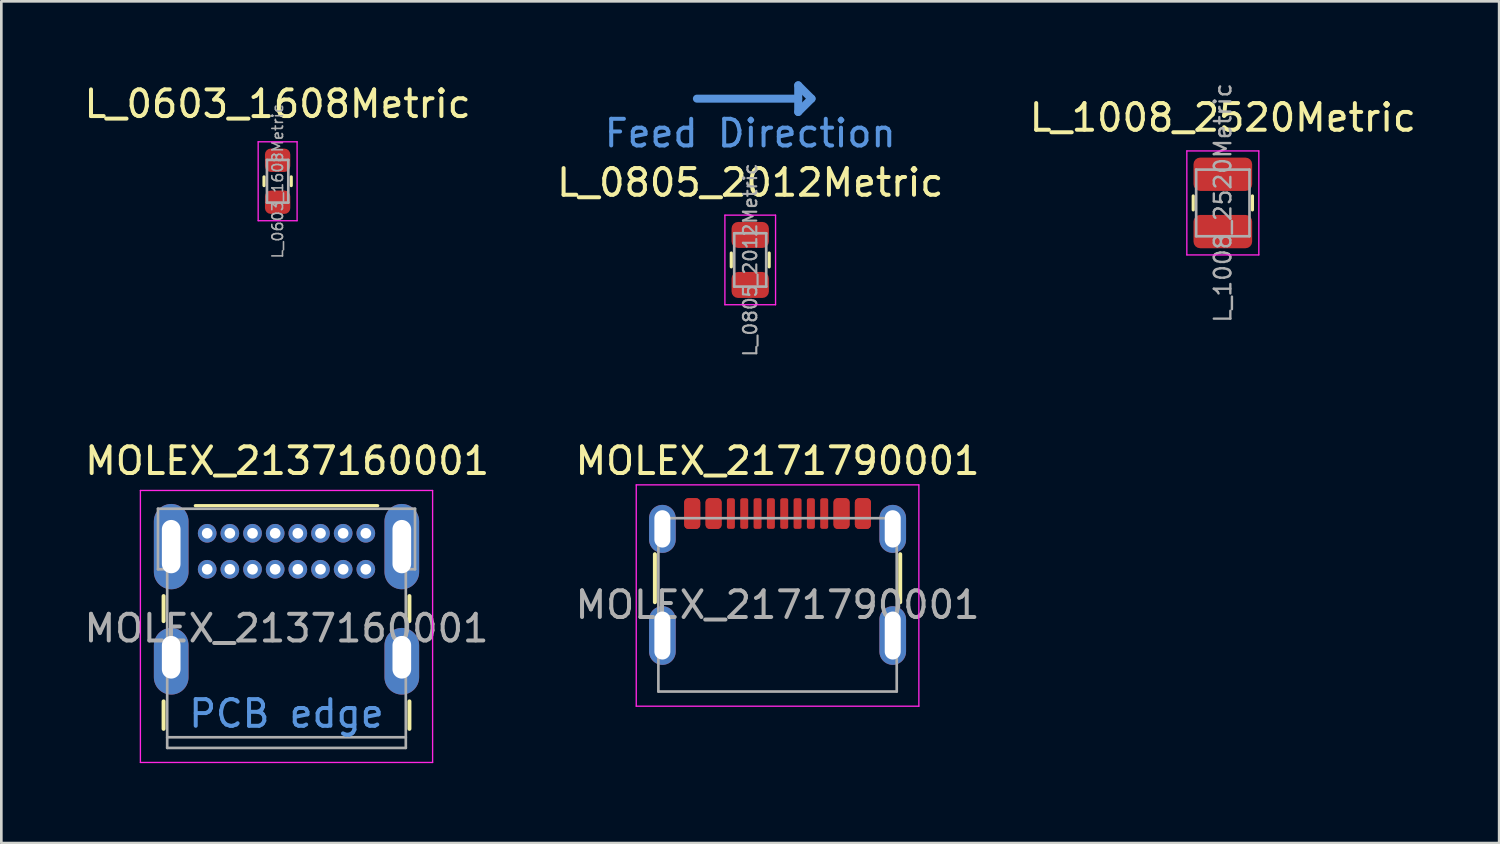
<source format=kicad_pcb>
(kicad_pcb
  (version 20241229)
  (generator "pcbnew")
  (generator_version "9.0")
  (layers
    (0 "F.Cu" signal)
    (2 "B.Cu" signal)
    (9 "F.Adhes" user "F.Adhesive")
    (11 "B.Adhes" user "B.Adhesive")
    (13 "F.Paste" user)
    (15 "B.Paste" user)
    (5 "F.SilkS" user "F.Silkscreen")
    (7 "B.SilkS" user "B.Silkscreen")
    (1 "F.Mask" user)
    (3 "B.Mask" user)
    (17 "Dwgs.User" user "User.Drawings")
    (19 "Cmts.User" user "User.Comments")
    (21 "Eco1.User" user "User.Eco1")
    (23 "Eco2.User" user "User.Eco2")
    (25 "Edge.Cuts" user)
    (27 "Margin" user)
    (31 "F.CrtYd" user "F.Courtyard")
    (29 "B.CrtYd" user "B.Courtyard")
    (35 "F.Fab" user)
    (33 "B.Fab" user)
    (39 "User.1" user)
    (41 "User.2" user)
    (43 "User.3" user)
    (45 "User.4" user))
  (footprint "L_0805_2012Metric"
    (layer "F.Cu")
    (at 25.089 6.7)
    (property "Reference" "L_0805_2012Metric" (at 0 -2.9 0) (layer "F.SilkS") (effects (font (size 1 1) (thickness 0.15))))
    (attr smd)
    (fp_line (start -0.71 -0.259) (end -0.71 0.259) (stroke (width 0.12) (type solid)) (layer "F.SilkS"))
    (fp_line (start 0.71 -0.259) (end 0.71 0.259) (stroke (width 0.12) (type solid)) (layer "F.SilkS"))
    (fp_line (start -2 -6.05) (end 1.8 -6.05) (stroke (width 0.3) (type solid)) (layer "Cmts.User"))
    (fp_line (start 1.8 -6.55) (end 1.8 -5.55) (stroke (width 0.3) (type solid)) (layer "Cmts.User"))
    (fp_line (start 2.3 -6.05) (end 1.8 -6.55) (stroke (width 0.3) (type solid)) (layer "Cmts.User"))
    (fp_line (start 2.3 -6.05) (end 1.8 -5.55) (stroke (width 0.3) (type solid)) (layer "Cmts.User"))
    (fp_line (start -0.95 -1.68) (end 0.95 -1.68) (stroke (width 0.05) (type solid)) (layer "F.CrtYd"))
    (fp_line (start -0.95 1.68) (end -0.95 -1.68) (stroke (width 0.05) (type solid)) (layer "F.CrtYd"))
    (fp_line (start 0.95 -1.68) (end 0.95 1.68) (stroke (width 0.05) (type solid)) (layer "F.CrtYd"))
    (fp_line (start 0.95 1.68) (end -0.95 1.68) (stroke (width 0.05) (type solid)) (layer "F.CrtYd"))
    (fp_line (start -0.6 -1) (end 0.6 -1) (stroke (width 0.1) (type solid)) (layer "F.Fab"))
    (fp_line (start -0.6 1) (end -0.6 -1) (stroke (width 0.1) (type solid)) (layer "F.Fab"))
    (fp_line (start 0.6 -1) (end 0.6 1) (stroke (width 0.1) (type solid)) (layer "F.Fab"))
    (fp_line (start 0.6 1) (end -0.6 1) (stroke (width 0.1) (type solid)) (layer "F.Fab"))
    (fp_text user "Feed Direction" (at 0 -4.75 0) (layer "Cmts.User") (effects (font (size 1 1) (thickness 0.15))))
    (fp_text user "${REFERENCE}" (at 0 0 270) (layer "F.Fab") (effects (font (size 0.5 0.5) (thickness 0.08))))
    (pad "1" smd roundrect (at 0 -0.938 270) (size 0.975 1.4) (layers "F.Cu" "F.Mask" "F.Paste") (roundrect_rratio 0.25))
    (pad "2" smd roundrect (at 0 0.938 270) (size 0.975 1.4) (layers "F.Cu" "F.Mask" "F.Paste") (roundrect_rratio 0.25)))
  (footprint "MOLEX_2137160001"
    (layer "F.Cu")
    (at 7.696 20.517)
    (property "Reference" "MOLEX_2137160001" (at 0.025 -6.28 0) (layer "F.SilkS") (effects (font (size 1 1) (thickness 0.15))))
    (attr smd)
    (fp_line (start -4.61 -1.21) (end -4.61 -0.27) (stroke (width 0.15) (type solid)) (layer "F.SilkS"))
    (fp_line (start -4.61 2.74) (end -4.61 3.77) (stroke (width 0.15) (type solid)) (layer "F.SilkS"))
    (fp_line (start -3.42 -4.6) (end 3.42 -4.6) (stroke (width 0.12) (type solid)) (layer "F.SilkS"))
    (fp_line (start 4.61 -1.21) (end 4.61 -0.27) (stroke (width 0.15) (type solid)) (layer "F.SilkS"))
    (fp_line (start 4.61 2.74) (end 4.61 3.77) (stroke (width 0.15) (type solid)) (layer "F.SilkS"))
    (fp_line (start -5.48 -5.17) (end 5.48 -5.17) (stroke (width 0.05) (type solid)) (layer "F.CrtYd"))
    (fp_line (start -5.48 5.03) (end -5.48 -5.17) (stroke (width 0.05) (type solid)) (layer "F.CrtYd"))
    (fp_line (start 5.48 -5.17) (end 5.48 5.03) (stroke (width 0.05) (type solid)) (layer "F.CrtYd"))
    (fp_line (start 5.48 5.03) (end -5.48 5.03) (stroke (width 0.05) (type solid)) (layer "F.CrtYd"))
    (fp_line (start -4.82 -4.485) (end 4.82 -4.485) (stroke (width 0.1) (type solid)) (layer "F.Fab"))
    (fp_line (start -4.82 -2.215) (end -4.82 -4.485) (stroke (width 0.1) (type solid)) (layer "F.Fab"))
    (fp_line (start -4.475 -2.215) (end -4.82 -2.215) (stroke (width 0.1) (type solid)) (layer "F.Fab"))
    (fp_line (start -4.475 4.085) (end 4.475 4.085) (stroke (width 0.1) (type solid)) (layer "F.Fab"))
    (fp_line (start -4.475 4.485) (end -4.475 -2.215) (stroke (width 0.1) (type solid)) (layer "F.Fab"))
    (fp_line (start -4.475 4.485) (end 4.475 4.485) (stroke (width 0.1) (type solid)) (layer "F.Fab"))
    (fp_line (start 4.475 -2.215) (end 4.475 4.485) (stroke (width 0.1) (type solid)) (layer "F.Fab"))
    (fp_line (start 4.475 -2.215) (end 4.82 -2.215) (stroke (width 0.1) (type solid)) (layer "F.Fab"))
    (fp_line (start 4.82 -2.215) (end 4.82 -4.485) (stroke (width 0.1) (type solid)) (layer "F.Fab"))
    (fp_text user "PCB edge" (at 0 3.2 0) (layer "Cmts.User") (effects (font (size 1 1) (thickness 0.15))))
    (fp_text user "${REFERENCE}" (at 0 0 0) (layer "F.Fab") (effects (font (size 1 1) (thickness 0.15))))
    (pad "A1" thru_hole circle (at -2.975 -3.565 90) (size 0.7 0.7) (drill 0.4) (layers "*.Cu" "*.Mask" "F.Paste"))
    (pad "A4" thru_hole circle (at -2.125 -3.565 90) (size 0.7 0.7) (drill 0.4) (layers "*.Cu" "*.Mask" "F.Paste"))
    (pad "A5" thru_hole circle (at -1.275 -3.565 90) (size 0.7 0.7) (drill 0.4) (layers "*.Cu" "*.Mask" "F.Paste"))
    (pad "A6" thru_hole circle (at -0.425 -3.565 90) (size 0.7 0.7) (drill 0.4) (layers "*.Cu" "*.Mask" "F.Paste"))
    (pad "A7" thru_hole circle (at 0.425 -3.565 90) (size 0.7 0.7) (drill 0.4) (layers "*.Cu" "*.Mask" "F.Paste"))
    (pad "A8" thru_hole circle (at 1.275 -3.565 90) (size 0.7 0.7) (drill 0.4) (layers "*.Cu" "*.Mask" "F.Paste"))
    (pad "A9" thru_hole circle (at 2.125 -3.565 90) (size 0.7 0.7) (drill 0.4) (layers "*.Cu" "*.Mask" "F.Paste"))
    (pad "A12" thru_hole circle (at 2.975 -3.565 90) (size 0.7 0.7) (drill 0.4) (layers "*.Cu" "*.Mask" "F.Paste"))
    (pad "B1" thru_hole circle (at 2.975 -2.215 90) (size 0.7 0.7) (drill 0.4) (layers "*.Cu" "*.Mask" "F.Paste"))
    (pad "B4" thru_hole circle (at 2.125 -2.215 90) (size 0.7 0.7) (drill 0.4) (layers "*.Cu" "*.Mask" "F.Paste"))
    (pad "B5" thru_hole circle (at 1.275 -2.215 90) (size 0.7 0.7) (drill 0.4) (layers "*.Cu" "*.Mask" "F.Paste"))
    (pad "B6" thru_hole circle (at 0.425 -2.215 90) (size 0.7 0.7) (drill 0.4) (layers "*.Cu" "*.Mask" "F.Paste"))
    (pad "B7" thru_hole circle (at -0.425 -2.215 90) (size 0.7 0.7) (drill 0.4) (layers "*.Cu" "*.Mask" "F.Paste"))
    (pad "B8" thru_hole circle (at -1.275 -2.215 90) (size 0.7 0.7) (drill 0.4) (layers "*.Cu" "*.Mask" "F.Paste"))
    (pad "B9" thru_hole circle (at -2.125 -2.215 90) (size 0.7 0.7) (drill 0.4) (layers "*.Cu" "*.Mask" "F.Paste"))
    (pad "B12" thru_hole circle (at -2.975 -2.215 90) (size 0.7 0.7) (drill 0.4) (layers "*.Cu" "*.Mask" "F.Paste"))
    (pad "S1" thru_hole oval (at -4.325 -3.065 90) (size 3.2 1.3) (drill oval 2 0.7) (layers "*.Cu" "*.Mask" "F.Paste"))
    (pad "S1" thru_hole oval (at -4.325 1.085 90) (size 2.5 1.3) (drill oval 1.6 0.7 (offset -0.15 0)) (layers "*.Cu" "*.Mask" "F.Paste"))
    (pad "S1" thru_hole oval (at 4.325 -3.065 90) (size 3.2 1.3) (drill oval 2 0.7) (layers "*.Cu" "*.Mask" "F.Paste"))
    (pad "S1" thru_hole oval (at 4.325 1.085 90) (size 2.5 1.3) (drill oval 1.6 0.7 (offset -0.15 0)) (layers "*.Cu" "*.Mask" "F.Paste")))
  (footprint "MOLEX_2171790001"
    (layer "F.Cu")
    (at 26.114 19.637)
    (property "Reference" "MOLEX_2171790001" (at 0 -5.4 0) (layer "F.SilkS") (effects (font (size 1 1) (thickness 0.15))))
    (attr smd)
    (fp_line (start -4.6 -1.9) (end -4.6 -0.1) (stroke (width 0.15) (type solid)) (layer "F.SilkS"))
    (fp_line (start 4.6 -1.9) (end 4.6 -0.1) (stroke (width 0.15) (type solid)) (layer "F.SilkS"))
    (fp_line (start -5.3 -4.5) (end 5.3 -4.5) (stroke (width 0.05) (type solid)) (layer "F.CrtYd"))
    (fp_line (start -5.3 3.8) (end -5.3 -4.5) (stroke (width 0.05) (type solid)) (layer "F.CrtYd"))
    (fp_line (start 5.3 -4.5) (end 5.3 3.8) (stroke (width 0.05) (type solid)) (layer "F.CrtYd"))
    (fp_line (start 5.3 3.8) (end -5.3 3.8) (stroke (width 0.05) (type solid)) (layer "F.CrtYd"))
    (fp_line (start -4.47 -3.25) (end 4.47 -3.25) (stroke (width 0.1) (type solid)) (layer "F.Fab"))
    (fp_line (start -4.47 3.25) (end -4.47 -3.25) (stroke (width 0.1) (type solid)) (layer "F.Fab"))
    (fp_line (start 4.47 -3.25) (end 4.47 3.25) (stroke (width 0.1) (type solid)) (layer "F.Fab"))
    (fp_line (start 4.47 3.25) (end -4.47 3.25) (stroke (width 0.1) (type solid)) (layer "F.Fab"))
    (fp_text user "${REFERENCE}" (at 0 0 0) (layer "F.Fab") (effects (font (size 1 1) (thickness 0.15))))
    (pad "A1" smd roundrect (at -3.2 -3.425) (size 0.6 1.15) (layers "F.Cu" "F.Mask" "F.Paste") (roundrect_rratio 0.25))
    (pad "A4" smd roundrect (at -2.4 -3.425) (size 0.6 1.15) (layers "F.Cu" "F.Mask" "F.Paste") (roundrect_rratio 0.25))
    (pad "A5" smd roundrect (at -1.25 -3.425) (size 0.3 1.15) (layers "F.Cu" "F.Mask" "F.Paste") (roundrect_rratio 0.25))
    (pad "A6" smd roundrect (at -0.25 -3.425) (size 0.3 1.15) (layers "F.Cu" "F.Mask" "F.Paste") (roundrect_rratio 0.25))
    (pad "A7" smd roundrect (at 0.25 -3.425) (size 0.3 1.15) (layers "F.Cu" "F.Mask" "F.Paste") (roundrect_rratio 0.25))
    (pad "A8" smd roundrect (at 1.25 -3.425) (size 0.3 1.15) (layers "F.Cu" "F.Mask" "F.Paste") (roundrect_rratio 0.25))
    (pad "A9" smd roundrect (at 2.4 -3.425) (size 0.6 1.15) (layers "F.Cu" "F.Mask" "F.Paste") (roundrect_rratio 0.25))
    (pad "A12" smd roundrect (at 3.2 -3.425) (size 0.6 1.15) (layers "F.Cu" "F.Mask" "F.Paste") (roundrect_rratio 0.25))
    (pad "B1" smd roundrect (at 3.2 -3.425) (size 0.6 1.15) (layers "F.Cu" "F.Mask" "F.Paste") (roundrect_rratio 0.25))
    (pad "B4" smd roundrect (at 2.4 -3.425) (size 0.6 1.15) (layers "F.Cu" "F.Mask" "F.Paste") (roundrect_rratio 0.25))
    (pad "B5" smd roundrect (at 1.75 -3.425) (size 0.3 1.15) (layers "F.Cu" "F.Mask" "F.Paste") (roundrect_rratio 0.25))
    (pad "B6" smd roundrect (at 0.75 -3.425) (size 0.3 1.15) (layers "F.Cu" "F.Mask" "F.Paste") (roundrect_rratio 0.25))
    (pad "B7" smd roundrect (at -0.75 -3.425) (size 0.3 1.15) (layers "F.Cu" "F.Mask" "F.Paste") (roundrect_rratio 0.25))
    (pad "B8" smd roundrect (at -1.75 -3.425) (size 0.3 1.15) (layers "F.Cu" "F.Mask" "F.Paste") (roundrect_rratio 0.25))
    (pad "B9" smd roundrect (at -2.4 -3.425) (size 0.6 1.15) (layers "F.Cu" "F.Mask" "F.Paste") (roundrect_rratio 0.25))
    (pad "B12" smd roundrect (at -3.2 -3.425) (size 0.6 1.15) (layers "F.Cu" "F.Mask" "F.Paste") (roundrect_rratio 0.25))
    (pad "S1" thru_hole oval (at -4.32 -2.85) (size 1 1.8) (drill oval 0.6 1.4) (layers "*.Cu" "*.Mask" "F.Paste"))
    (pad "S1" thru_hole oval (at -4.32 1.15) (size 1 2.2) (drill oval 0.6 1.8) (layers "*.Cu" "*.Mask" "F.Paste"))
    (pad "S1" thru_hole oval (at 4.32 -2.85) (size 1 1.8) (drill oval 0.6 1.4) (layers "*.Cu" "*.Mask" "F.Paste"))
    (pad "S1" thru_hole oval (at 4.32 1.15) (size 1 2.2) (drill oval 0.6 1.8) (layers "*.Cu" "*.Mask" "F.Paste")))
  (footprint "L_0603_1608Metric"
    (layer "F.Cu")
    (at 7.363 3.748)
    (property "Reference" "L_0603_1608Metric" (at 0 -2.9 0) (layer "F.SilkS") (effects (font (size 1 1) (thickness 0.15))))
    (attr smd)
    (fp_line (start -0.51 -0.163) (end -0.51 0.163) (stroke (width 0.12) (type solid)) (layer "F.SilkS"))
    (fp_line (start 0.51 -0.163) (end 0.51 0.163) (stroke (width 0.12) (type solid)) (layer "F.SilkS"))
    (fp_line (start -0.73 -1.48) (end 0.73 -1.48) (stroke (width 0.05) (type solid)) (layer "F.CrtYd"))
    (fp_line (start -0.73 1.48) (end -0.73 -1.48) (stroke (width 0.05) (type solid)) (layer "F.CrtYd"))
    (fp_line (start 0.73 -1.48) (end 0.73 1.48) (stroke (width 0.05) (type solid)) (layer "F.CrtYd"))
    (fp_line (start 0.73 1.48) (end -0.73 1.48) (stroke (width 0.05) (type solid)) (layer "F.CrtYd"))
    (fp_line (start -0.4 -0.8) (end 0.4 -0.8) (stroke (width 0.1) (type solid)) (layer "F.Fab"))
    (fp_line (start -0.4 0.8) (end -0.4 -0.8) (stroke (width 0.1) (type solid)) (layer "F.Fab"))
    (fp_line (start 0.4 -0.8) (end 0.4 0.8) (stroke (width 0.1) (type solid)) (layer "F.Fab"))
    (fp_line (start 0.4 0.8) (end -0.4 0.8) (stroke (width 0.1) (type solid)) (layer "F.Fab"))
    (fp_text user "${REFERENCE}" (at 0 0 270) (layer "F.Fab") (effects (font (size 0.4 0.4) (thickness 0.06))))
    (pad "1" smd roundrect (at 0 -0.787 270) (size 0.875 0.95) (layers "F.Cu" "F.Mask" "F.Paste") (roundrect_rratio 0.25))
    (pad "2" smd roundrect (at 0 0.787 270) (size 0.875 0.95) (layers "F.Cu" "F.Mask" "F.Paste") (roundrect_rratio 0.25)))
  (footprint "L_1008_2520Metric"
    (layer "F.Cu")
    (at 42.815 4.561)
    (property "Reference" "L_1008_2520Metric" (at 0 -3.2 0) (layer "F.SilkS") (effects (font (size 1 1) (thickness 0.15))))
    (attr smd)
    (fp_line (start -1.11 -0.261) (end -1.11 0.261) (stroke (width 0.12) (type solid)) (layer "F.SilkS"))
    (fp_line (start 1.11 -0.261) (end 1.11 0.261) (stroke (width 0.12) (type solid)) (layer "F.SilkS"))
    (fp_line (start -1.35 -1.95) (end 1.35 -1.95) (stroke (width 0.05) (type solid)) (layer "F.CrtYd"))
    (fp_line (start -1.35 1.95) (end -1.35 -1.95) (stroke (width 0.05) (type solid)) (layer "F.CrtYd"))
    (fp_line (start 1.35 -1.95) (end 1.35 1.95) (stroke (width 0.05) (type solid)) (layer "F.CrtYd"))
    (fp_line (start 1.35 1.95) (end -1.35 1.95) (stroke (width 0.05) (type solid)) (layer "F.CrtYd"))
    (fp_line (start -1 -1.25) (end 1 -1.25) (stroke (width 0.1) (type solid)) (layer "F.Fab"))
    (fp_line (start -1 1.25) (end -1 -1.25) (stroke (width 0.1) (type solid)) (layer "F.Fab"))
    (fp_line (start 1 -1.25) (end 1 1.25) (stroke (width 0.1) (type solid)) (layer "F.Fab"))
    (fp_line (start 1 1.25) (end -1 1.25) (stroke (width 0.1) (type solid)) (layer "F.Fab"))
    (fp_text user "${REFERENCE}" (at 0 0 270) (layer "F.Fab") (effects (font (size 0.62 0.62) (thickness 0.09))))
    (pad "1" smd roundrect (at 0 -1.075 270) (size 1.25 2.2) (layers "F.Cu" "F.Mask" "F.Paste") (roundrect_rratio 0.2))
    (pad "2" smd roundrect (at 0 1.075 270) (size 1.25 2.2) (layers "F.Cu" "F.Mask" "F.Paste") (roundrect_rratio 0.2)))
  (gr_rect
    (start -3 -3)
    (end 53.179 28.572)
    (stroke (width 0.1) (type default))
    (fill no)
    (layer "Edge.Cuts")))
</source>
